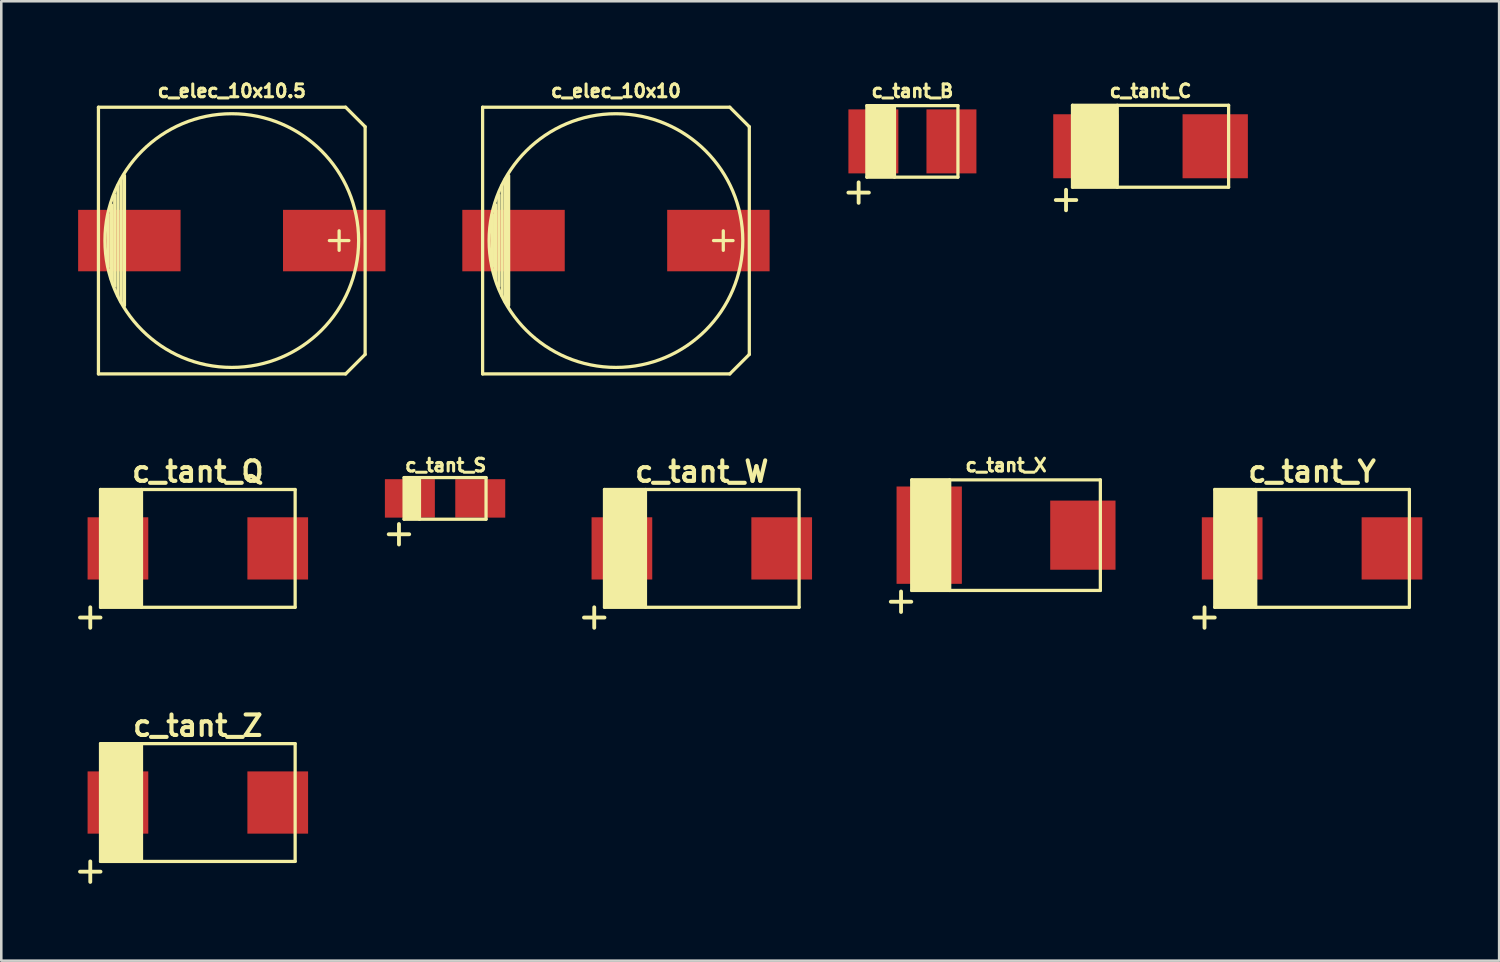
<source format=kicad_pcb>
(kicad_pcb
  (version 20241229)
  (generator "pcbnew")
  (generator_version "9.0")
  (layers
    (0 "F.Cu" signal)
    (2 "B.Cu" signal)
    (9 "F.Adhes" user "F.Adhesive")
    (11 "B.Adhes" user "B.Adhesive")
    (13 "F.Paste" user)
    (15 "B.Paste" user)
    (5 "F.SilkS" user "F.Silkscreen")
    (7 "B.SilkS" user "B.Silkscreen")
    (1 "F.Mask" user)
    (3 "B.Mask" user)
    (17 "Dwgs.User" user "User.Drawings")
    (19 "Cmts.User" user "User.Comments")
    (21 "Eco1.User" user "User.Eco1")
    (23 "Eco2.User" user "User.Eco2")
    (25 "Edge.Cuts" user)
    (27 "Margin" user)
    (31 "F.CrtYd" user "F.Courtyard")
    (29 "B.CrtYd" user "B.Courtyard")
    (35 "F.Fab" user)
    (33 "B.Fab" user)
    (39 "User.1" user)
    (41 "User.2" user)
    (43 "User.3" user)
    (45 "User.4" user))
  (footprint "c_tant_X"
    (layer "F.Cu")
    (at 36.234 17.847)
    (property "Reference" "c_tant_X" (at 0 -2.731 0) (layer "F.SilkS") (effects (font (size 0.5 0.5) (thickness 0.119))))
    (attr smd)
    (fp_line (start -4.5 2.6) (end -3.7 2.6) (stroke (width 0.15) (type solid)) (layer "F.SilkS"))
    (fp_line (start -4.1 2.2) (end -4.1 3) (stroke (width 0.15) (type solid)) (layer "F.SilkS"))
    (fp_line (start -3.683 -2.159) (end -3.683 2.159) (stroke (width 0.127) (type solid)) (layer "F.SilkS"))
    (fp_line (start -3.683 2.159) (end 3.683 2.159) (stroke (width 0.127) (type solid)) (layer "F.SilkS"))
    (fp_line (start -2.2 -2.159) (end -2.2 2.159) (stroke (width 0.127) (type solid)) (layer "F.SilkS"))
    (fp_line (start 3.683 -2.159) (end -3.683 -2.159) (stroke (width 0.127) (type solid)) (layer "F.SilkS"))
    (fp_line (start 3.683 2.159) (end 3.683 -2.159) (stroke (width 0.127) (type solid)) (layer "F.SilkS"))
    (fp_poly (pts (xy -3.7 -2.2) (xy -2.2 -2.2) (xy -2.2 2.2) (xy -3.7 2.2)) (stroke (width 0.01) (type solid)) (fill yes) (layer "F.SilkS"))
    (pad "1" smd rect (at -3 0) (size 2.55 3.8) (layers "F.Cu" "F.Mask" "F.Paste"))
    (pad "2" smd rect (at 3 0) (size 2.55 2.7) (layers "F.Cu" "F.Mask" "F.Paste")))
  (footprint "c_elec_10x10"
    (layer "F.Cu")
    (at 21.002 6.344)
    (property "Reference" "c_elec_10x10" (at 0 -5.842 0) (layer "F.SilkS") (effects (font (size 0.5 0.5) (thickness 0.119))))
    (attr smd)
    (fp_line (start -5.207 -5.207) (end -5.207 5.207) (stroke (width 0.127) (type solid)) (layer "F.SilkS"))
    (fp_line (start -5.207 5.207) (end 4.445 5.207) (stroke (width 0.127) (type solid)) (layer "F.SilkS"))
    (fp_line (start -4.826 1.016) (end -4.826 -1.016) (stroke (width 0.127) (type solid)) (layer "F.SilkS"))
    (fp_line (start -4.699 -1.397) (end -4.699 1.524) (stroke (width 0.127) (type solid)) (layer "F.SilkS"))
    (fp_line (start -4.572 1.778) (end -4.572 -1.778) (stroke (width 0.127) (type solid)) (layer "F.SilkS"))
    (fp_line (start -4.445 -2.159) (end -4.445 2.159) (stroke (width 0.127) (type solid)) (layer "F.SilkS"))
    (fp_line (start -4.318 2.413) (end -4.318 -2.413) (stroke (width 0.127) (type solid)) (layer "F.SilkS"))
    (fp_line (start -4.191 -2.54) (end -4.191 2.54) (stroke (width 0.127) (type solid)) (layer "F.SilkS"))
    (fp_line (start 4.191 -0.381) (end 4.191 0.381) (stroke (width 0.127) (type solid)) (layer "F.SilkS"))
    (fp_line (start 4.445 -5.207) (end -5.207 -5.207) (stroke (width 0.127) (type solid)) (layer "F.SilkS"))
    (fp_line (start 4.445 5.207) (end 5.207 4.445) (stroke (width 0.127) (type solid)) (layer "F.SilkS"))
    (fp_line (start 4.572 0) (end 3.81 0) (stroke (width 0.127) (type solid)) (layer "F.SilkS"))
    (fp_line (start 5.207 -4.445) (end 4.445 -5.207) (stroke (width 0.127) (type solid)) (layer "F.SilkS"))
    (fp_line (start 5.207 4.445) (end 5.207 -4.445) (stroke (width 0.127) (type solid)) (layer "F.SilkS"))
    (fp_circle (center 0 0) (end 4.953 0) (stroke (width 0.127) (type solid)) (fill no) (layer "F.SilkS"))
    (pad "1" smd rect (at 4 0) (size 4 2.4) (layers "F.Cu" "F.Mask" "F.Paste"))
    (pad "2" smd rect (at -4 0) (size 4 2.4) (layers "F.Cu" "F.Mask" "F.Paste")))
  (footprint "c_tant_Q"
    (layer "F.Cu")
    (at 4.675 18.364)
    (property "Reference" "c_tant_Q" (at 0 -3 0) (layer "F.SilkS") (effects (font (size 0.8 0.8) (thickness 0.16))))
    (attr smd)
    (fp_line (start -4.6 2.7) (end -3.8 2.7) (stroke (width 0.15) (type solid)) (layer "F.SilkS"))
    (fp_line (start -4.2 2.3) (end -4.2 3.1) (stroke (width 0.15) (type solid)) (layer "F.SilkS"))
    (fp_line (start -3.8 -2.3) (end -3.8 2.3) (stroke (width 0.127) (type solid)) (layer "F.SilkS"))
    (fp_line (start -3.8 2.3) (end 3.8 2.3) (stroke (width 0.127) (type solid)) (layer "F.SilkS"))
    (fp_line (start -2.2 -2.3) (end -2.2 2.3) (stroke (width 0.127) (type solid)) (layer "F.SilkS"))
    (fp_line (start 3.8 -2.3) (end -3.8 -2.3) (stroke (width 0.127) (type solid)) (layer "F.SilkS"))
    (fp_line (start 3.8 2.3) (end 3.8 -2.3) (stroke (width 0.127) (type solid)) (layer "F.SilkS"))
    (fp_poly (pts (xy -3.8 -2.3) (xy -2.2 -2.3) (xy -2.2 2.3) (xy -3.8 2.3)) (stroke (width 0.01) (type solid)) (fill yes) (layer "F.SilkS"))
    (pad "1" smd rect (at -3.12 0) (size 2.37 2.43) (layers "F.Cu" "F.Mask" "F.Paste"))
    (pad "2" smd rect (at 3.12 0) (size 2.37 2.43) (layers "F.Cu" "F.Mask" "F.Paste")))
  (footprint "c_tant_S"
    (layer "F.Cu")
    (at 14.329 16.412)
    (property "Reference" "c_tant_S" (at 0.025 -1.295 0) (layer "F.SilkS") (effects (font (size 0.5 0.5) (thickness 0.119))))
    (attr smd)
    (fp_line (start -2.2 1.4) (end -1.4 1.4) (stroke (width 0.15) (type solid)) (layer "F.SilkS"))
    (fp_line (start -1.8 1) (end -1.8 1.8) (stroke (width 0.15) (type solid)) (layer "F.SilkS"))
    (fp_line (start -1.6 -0.813) (end -1.6 0.813) (stroke (width 0.127) (type solid)) (layer "F.SilkS"))
    (fp_line (start -1.6 0.813) (end 1.6 0.813) (stroke (width 0.127) (type solid)) (layer "F.SilkS"))
    (fp_line (start -1 0.813) (end -1 -0.813) (stroke (width 0.127) (type solid)) (layer "F.SilkS"))
    (fp_line (start 1.6 -0.813) (end -1.6 -0.813) (stroke (width 0.127) (type solid)) (layer "F.SilkS"))
    (fp_line (start 1.6 0.813) (end 1.6 -0.813) (stroke (width 0.127) (type solid)) (layer "F.SilkS"))
    (fp_poly (pts (xy -1.6 -0.8) (xy -1 -0.8) (xy -1 0.8) (xy -1.6 0.8)) (stroke (width 0.01) (type solid)) (fill yes) (layer "F.SilkS"))
    (pad "1" smd rect (at -1.374 0) (size 1.951 1.501) (layers "F.Cu" "F.Mask" "F.Paste"))
    (pad "2" smd rect (at 1.374 0) (size 1.951 1.501) (layers "F.Cu" "F.Mask" "F.Paste")))
  (footprint "c_tant_C"
    (layer "F.Cu")
    (at 41.877 2.661)
    (property "Reference" "c_tant_C" (at 0 -2.159 0) (layer "F.SilkS") (effects (font (size 0.5 0.5) (thickness 0.119))))
    (attr smd)
    (fp_line (start -3.7 2.1) (end -2.9 2.1) (stroke (width 0.15) (type solid)) (layer "F.SilkS"))
    (fp_line (start -3.3 1.7) (end -3.3 2.5) (stroke (width 0.15) (type solid)) (layer "F.SilkS"))
    (fp_line (start -3.048 -1.6) (end -3.048 1.6) (stroke (width 0.127) (type solid)) (layer "F.SilkS"))
    (fp_line (start -3.048 1.6) (end 3.048 1.6) (stroke (width 0.127) (type solid)) (layer "F.SilkS"))
    (fp_line (start -1.3 -1.6) (end -1.3 1.6) (stroke (width 0.127) (type solid)) (layer "F.SilkS"))
    (fp_line (start 3.048 -1.6) (end -3.048 -1.6) (stroke (width 0.127) (type solid)) (layer "F.SilkS"))
    (fp_line (start 3.048 1.6) (end 3.048 -1.6) (stroke (width 0.127) (type solid)) (layer "F.SilkS"))
    (fp_poly (pts (xy -1.3 1.6) (xy -3 1.6) (xy -3 -1.6) (xy -1.3 -1.6)) (stroke (width 0.01) (type solid)) (fill yes) (layer "F.SilkS"))
    (pad "1" smd rect (at -2.525 0) (size 2.55 2.499) (layers "F.Cu" "F.Mask" "F.Paste"))
    (pad "2" smd rect (at 2.525 0) (size 2.55 2.499) (layers "F.Cu" "F.Mask" "F.Paste")))
  (footprint "c_elec_10x10.5"
    (layer "F.Cu")
    (at 6.001 6.344)
    (property "Reference" "c_elec_10x10.5" (at 0 -5.842 0) (layer "F.SilkS") (effects (font (size 0.5 0.5) (thickness 0.119))))
    (attr smd)
    (fp_line (start -5.207 -5.207) (end -5.207 5.207) (stroke (width 0.127) (type solid)) (layer "F.SilkS"))
    (fp_line (start -5.207 5.207) (end 4.445 5.207) (stroke (width 0.127) (type solid)) (layer "F.SilkS"))
    (fp_line (start -4.826 1.016) (end -4.826 -1.016) (stroke (width 0.127) (type solid)) (layer "F.SilkS"))
    (fp_line (start -4.699 -1.397) (end -4.699 1.524) (stroke (width 0.127) (type solid)) (layer "F.SilkS"))
    (fp_line (start -4.572 1.778) (end -4.572 -1.778) (stroke (width 0.127) (type solid)) (layer "F.SilkS"))
    (fp_line (start -4.445 -2.159) (end -4.445 2.159) (stroke (width 0.127) (type solid)) (layer "F.SilkS"))
    (fp_line (start -4.318 2.413) (end -4.318 -2.413) (stroke (width 0.127) (type solid)) (layer "F.SilkS"))
    (fp_line (start -4.191 -2.54) (end -4.191 2.54) (stroke (width 0.127) (type solid)) (layer "F.SilkS"))
    (fp_line (start 4.191 -0.381) (end 4.191 0.381) (stroke (width 0.127) (type solid)) (layer "F.SilkS"))
    (fp_line (start 4.445 -5.207) (end -5.207 -5.207) (stroke (width 0.127) (type solid)) (layer "F.SilkS"))
    (fp_line (start 4.445 5.207) (end 5.207 4.445) (stroke (width 0.127) (type solid)) (layer "F.SilkS"))
    (fp_line (start 4.572 0) (end 3.81 0) (stroke (width 0.127) (type solid)) (layer "F.SilkS"))
    (fp_line (start 5.207 -4.445) (end 4.445 -5.207) (stroke (width 0.127) (type solid)) (layer "F.SilkS"))
    (fp_line (start 5.207 4.445) (end 5.207 -4.445) (stroke (width 0.127) (type solid)) (layer "F.SilkS"))
    (fp_circle (center 0 0) (end 4.953 0) (stroke (width 0.127) (type solid)) (fill no) (layer "F.SilkS"))
    (pad "1" smd rect (at 4 0) (size 4 2.4) (layers "F.Cu" "F.Mask" "F.Paste"))
    (pad "2" smd rect (at -4 0) (size 4 2.4) (layers "F.Cu" "F.Mask" "F.Paste")))
  (footprint "c_tant_W"
    (layer "F.Cu")
    (at 24.354 18.364)
    (property "Reference" "c_tant_W" (at 0 -3 0) (layer "F.SilkS") (effects (font (size 0.8 0.8) (thickness 0.16))))
    (attr smd)
    (fp_line (start -4.6 2.7) (end -3.8 2.7) (stroke (width 0.15) (type solid)) (layer "F.SilkS"))
    (fp_line (start -4.2 2.3) (end -4.2 3.1) (stroke (width 0.15) (type solid)) (layer "F.SilkS"))
    (fp_line (start -3.8 -2.3) (end -3.8 2.3) (stroke (width 0.127) (type solid)) (layer "F.SilkS"))
    (fp_line (start -3.8 2.3) (end 3.8 2.3) (stroke (width 0.127) (type solid)) (layer "F.SilkS"))
    (fp_line (start -2.2 -2.3) (end -2.2 2.3) (stroke (width 0.127) (type solid)) (layer "F.SilkS"))
    (fp_line (start 3.8 -2.3) (end -3.8 -2.3) (stroke (width 0.127) (type solid)) (layer "F.SilkS"))
    (fp_line (start 3.8 2.3) (end 3.8 -2.3) (stroke (width 0.127) (type solid)) (layer "F.SilkS"))
    (fp_poly (pts (xy -3.8 -2.3) (xy -2.2 -2.3) (xy -2.2 2.3) (xy -3.8 2.3)) (stroke (width 0.01) (type solid)) (fill yes) (layer "F.SilkS"))
    (pad "1" smd rect (at -3.12 0) (size 2.37 2.43) (layers "F.Cu" "F.Mask" "F.Paste"))
    (pad "2" smd rect (at 3.12 0) (size 2.37 2.43) (layers "F.Cu" "F.Mask" "F.Paste")))
  (footprint "c_tant_B"
    (layer "F.Cu")
    (at 32.578 2.471)
    (property "Reference" "c_tant_B" (at 0 -1.968 0) (layer "F.SilkS") (effects (font (size 0.5 0.5) (thickness 0.119))))
    (attr smd)
    (fp_line (start -2.5 2) (end -1.7 2) (stroke (width 0.15) (type solid)) (layer "F.SilkS"))
    (fp_line (start -2.1 1.6) (end -2.1 2.4) (stroke (width 0.15) (type solid)) (layer "F.SilkS"))
    (fp_line (start -1.778 -1.397) (end -1.778 1.397) (stroke (width 0.127) (type solid)) (layer "F.SilkS"))
    (fp_line (start -1.778 1.397) (end 1.778 1.397) (stroke (width 0.127) (type solid)) (layer "F.SilkS"))
    (fp_line (start -0.7 -1.397) (end -0.7 1.397) (stroke (width 0.127) (type solid)) (layer "F.SilkS"))
    (fp_line (start 1.778 -1.397) (end -1.778 -1.397) (stroke (width 0.127) (type solid)) (layer "F.SilkS"))
    (fp_line (start 1.778 1.397) (end 1.778 -1.397) (stroke (width 0.127) (type solid)) (layer "F.SilkS"))
    (fp_poly (pts (xy -1.8 -1.4) (xy -0.7 -1.4) (xy -0.7 1.4) (xy -1.8 1.4)) (stroke (width 0.01) (type solid)) (fill yes) (layer "F.SilkS"))
    (pad "1" smd rect (at -1.524 0) (size 1.951 2.499) (layers "F.Cu" "F.Mask" "F.Paste"))
    (pad "2" smd rect (at 1.524 0) (size 1.951 2.499) (layers "F.Cu" "F.Mask" "F.Paste")))
  (footprint "c_tant_Z"
    (layer "F.Cu")
    (at 4.675 28.287)
    (property "Reference" "c_tant_Z" (at 0 -3 0) (layer "F.SilkS") (effects (font (size 0.8 0.8) (thickness 0.16))))
    (attr smd)
    (fp_line (start -4.6 2.7) (end -3.8 2.7) (stroke (width 0.15) (type solid)) (layer "F.SilkS"))
    (fp_line (start -4.2 2.3) (end -4.2 3.1) (stroke (width 0.15) (type solid)) (layer "F.SilkS"))
    (fp_line (start -3.8 -2.3) (end -3.8 2.3) (stroke (width 0.127) (type solid)) (layer "F.SilkS"))
    (fp_line (start -3.8 2.3) (end 3.8 2.3) (stroke (width 0.127) (type solid)) (layer "F.SilkS"))
    (fp_line (start -2.2 -2.3) (end -2.2 2.3) (stroke (width 0.127) (type solid)) (layer "F.SilkS"))
    (fp_line (start 3.8 -2.3) (end -3.8 -2.3) (stroke (width 0.127) (type solid)) (layer "F.SilkS"))
    (fp_line (start 3.8 2.3) (end 3.8 -2.3) (stroke (width 0.127) (type solid)) (layer "F.SilkS"))
    (fp_poly (pts (xy -3.8 -2.3) (xy -2.2 -2.3) (xy -2.2 2.3) (xy -3.8 2.3)) (stroke (width 0.01) (type solid)) (fill yes) (layer "F.SilkS"))
    (pad "1" smd rect (at -3.12 0) (size 2.37 2.43) (layers "F.Cu" "F.Mask" "F.Paste"))
    (pad "2" smd rect (at 3.12 0) (size 2.37 2.43) (layers "F.Cu" "F.Mask" "F.Paste")))
  (footprint "c_tant_Y"
    (layer "F.Cu")
    (at 48.184 18.364)
    (property "Reference" "c_tant_Y" (at 0 -3 0) (layer "F.SilkS") (effects (font (size 0.8 0.8) (thickness 0.16))))
    (attr smd)
    (fp_line (start -4.6 2.7) (end -3.8 2.7) (stroke (width 0.15) (type solid)) (layer "F.SilkS"))
    (fp_line (start -4.2 2.3) (end -4.2 3.1) (stroke (width 0.15) (type solid)) (layer "F.SilkS"))
    (fp_line (start -3.8 -2.3) (end -3.8 2.3) (stroke (width 0.127) (type solid)) (layer "F.SilkS"))
    (fp_line (start -3.8 2.3) (end 3.8 2.3) (stroke (width 0.127) (type solid)) (layer "F.SilkS"))
    (fp_line (start -2.2 -2.3) (end -2.2 2.3) (stroke (width 0.127) (type solid)) (layer "F.SilkS"))
    (fp_line (start 3.8 -2.3) (end -3.8 -2.3) (stroke (width 0.127) (type solid)) (layer "F.SilkS"))
    (fp_line (start 3.8 2.3) (end 3.8 -2.3) (stroke (width 0.127) (type solid)) (layer "F.SilkS"))
    (fp_poly (pts (xy -3.8 -2.3) (xy -2.2 -2.3) (xy -2.2 2.3) (xy -3.8 2.3)) (stroke (width 0.01) (type solid)) (fill yes) (layer "F.SilkS"))
    (pad "1" smd rect (at -3.12 0) (size 2.37 2.43) (layers "F.Cu" "F.Mask" "F.Paste"))
    (pad "2" smd rect (at 3.12 0) (size 2.37 2.43) (layers "F.Cu" "F.Mask" "F.Paste")))
  (gr_rect
    (start -3 -3)
    (end 55.489 34.462)
    (stroke (width 0.1) (type default))
    (fill no)
    (layer "Edge.Cuts")))
</source>
